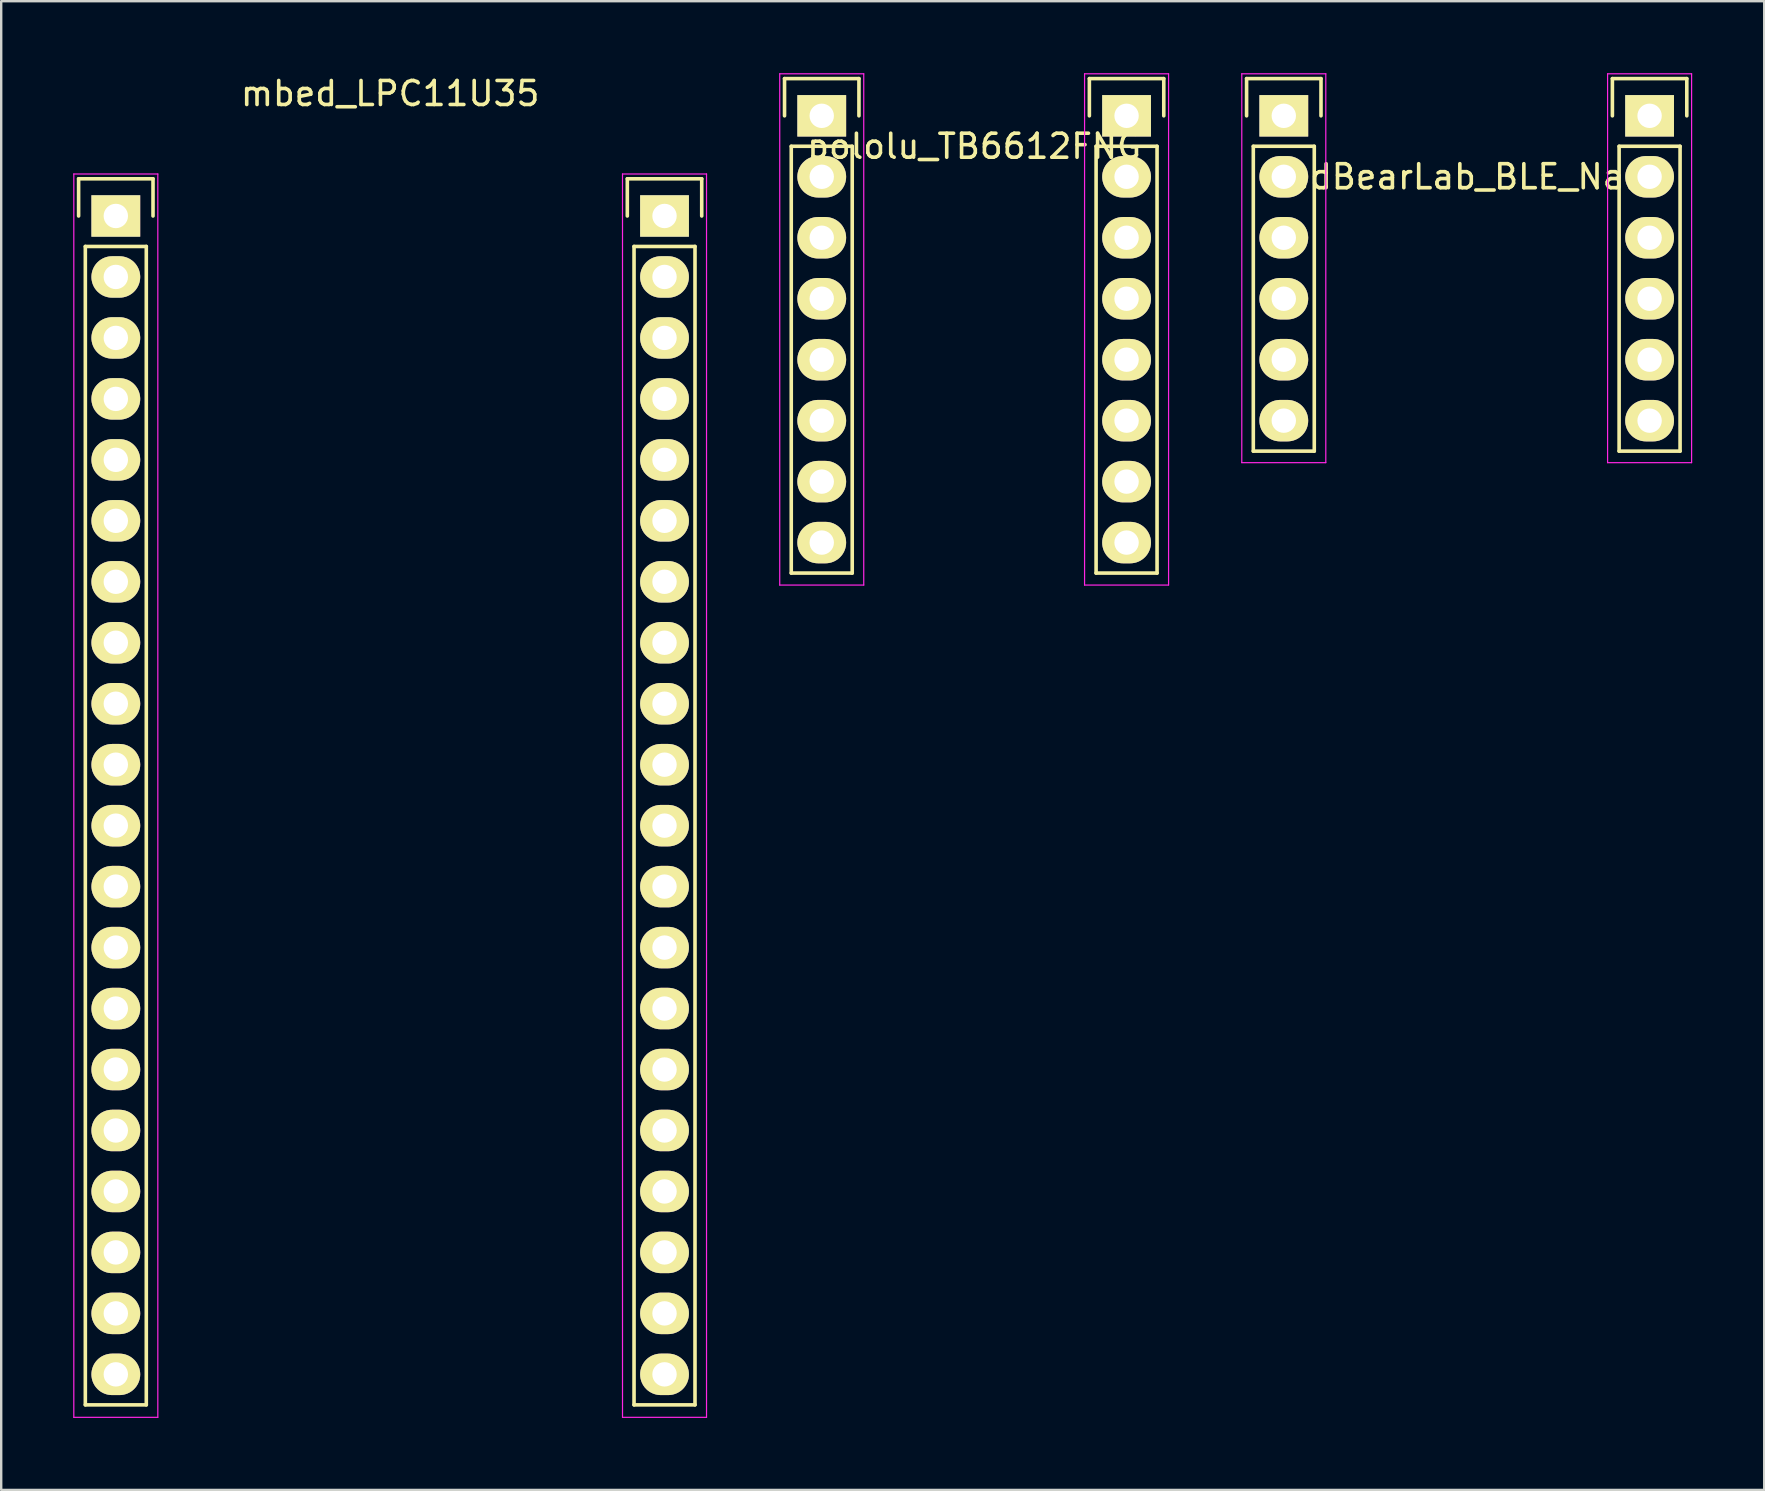
<source format=kicad_pcb>
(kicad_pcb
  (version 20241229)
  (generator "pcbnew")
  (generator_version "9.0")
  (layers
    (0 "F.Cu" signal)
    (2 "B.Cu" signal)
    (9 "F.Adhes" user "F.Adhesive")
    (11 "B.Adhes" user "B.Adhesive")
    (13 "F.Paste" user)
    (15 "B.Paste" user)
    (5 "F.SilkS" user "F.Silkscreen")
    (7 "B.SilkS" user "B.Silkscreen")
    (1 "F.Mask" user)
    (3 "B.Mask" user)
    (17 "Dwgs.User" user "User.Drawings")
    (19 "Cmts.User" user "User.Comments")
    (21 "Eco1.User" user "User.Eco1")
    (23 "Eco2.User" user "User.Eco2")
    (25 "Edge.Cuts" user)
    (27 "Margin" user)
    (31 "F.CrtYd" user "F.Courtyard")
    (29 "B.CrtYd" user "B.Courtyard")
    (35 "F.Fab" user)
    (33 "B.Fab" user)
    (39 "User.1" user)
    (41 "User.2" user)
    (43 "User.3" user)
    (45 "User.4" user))
  (footprint "RedBearLab_BLE_Nano"
    (layer "F.Cu")
    (at 58.055 1.775)
    (property "Reference" "RedBearLab_BLE_Nano" (at 0 2.54 0) (layer "F.SilkS") (effects (font (size 1 1) (thickness 0.15))))
    (attr through_hole)
    (fp_line (start -9.17 -1.55) (end -6.07 -1.55) (stroke (width 0.15) (type solid)) (layer "F.SilkS"))
    (fp_line (start -9.17 0) (end -9.17 -1.55) (stroke (width 0.15) (type solid)) (layer "F.SilkS"))
    (fp_line (start -8.89 13.97) (end -8.89 1.27) (stroke (width 0.15) (type solid)) (layer "F.SilkS"))
    (fp_line (start -6.35 1.27) (end -8.89 1.27) (stroke (width 0.15) (type solid)) (layer "F.SilkS"))
    (fp_line (start -6.35 1.27) (end -6.35 13.97) (stroke (width 0.15) (type solid)) (layer "F.SilkS"))
    (fp_line (start -6.35 13.97) (end -8.89 13.97) (stroke (width 0.15) (type solid)) (layer "F.SilkS"))
    (fp_line (start -6.07 -1.55) (end -6.07 0) (stroke (width 0.15) (type solid)) (layer "F.SilkS"))
    (fp_line (start 6.07 -1.55) (end 9.17 -1.55) (stroke (width 0.15) (type solid)) (layer "F.SilkS"))
    (fp_line (start 6.07 0) (end 6.07 -1.55) (stroke (width 0.15) (type solid)) (layer "F.SilkS"))
    (fp_line (start 6.35 13.97) (end 6.35 1.27) (stroke (width 0.15) (type solid)) (layer "F.SilkS"))
    (fp_line (start 8.89 1.27) (end 6.35 1.27) (stroke (width 0.15) (type solid)) (layer "F.SilkS"))
    (fp_line (start 8.89 1.27) (end 8.89 13.97) (stroke (width 0.15) (type solid)) (layer "F.SilkS"))
    (fp_line (start 8.89 13.97) (end 6.35 13.97) (stroke (width 0.15) (type solid)) (layer "F.SilkS"))
    (fp_line (start 9.17 -1.55) (end 9.17 0) (stroke (width 0.15) (type solid)) (layer "F.SilkS"))
    (fp_line (start -9.37 -1.75) (end -9.37 14.45) (stroke (width 0.05) (type solid)) (layer "F.CrtYd"))
    (fp_line (start -9.37 -1.75) (end -5.87 -1.75) (stroke (width 0.05) (type solid)) (layer "F.CrtYd"))
    (fp_line (start -9.37 14.45) (end -5.87 14.45) (stroke (width 0.05) (type solid)) (layer "F.CrtYd"))
    (fp_line (start -5.87 -1.75) (end -5.87 14.45) (stroke (width 0.05) (type solid)) (layer "F.CrtYd"))
    (fp_line (start 5.87 -1.75) (end 5.87 14.45) (stroke (width 0.05) (type solid)) (layer "F.CrtYd"))
    (fp_line (start 5.87 -1.75) (end 9.37 -1.75) (stroke (width 0.05) (type solid)) (layer "F.CrtYd"))
    (fp_line (start 5.87 14.45) (end 9.37 14.45) (stroke (width 0.05) (type solid)) (layer "F.CrtYd"))
    (fp_line (start 9.37 -1.75) (end 9.37 14.45) (stroke (width 0.05) (type solid)) (layer "F.CrtYd"))
    (pad "1" thru_hole rect (at -7.62 0) (size 2.032 1.727) (drill 1.016) (layers "*.Cu" "*.Mask" "F.SilkS"))
    (pad "2" thru_hole oval (at -7.62 2.54) (size 2.032 1.727) (drill 1.016) (layers "*.Cu" "*.Mask" "F.SilkS"))
    (pad "3" thru_hole oval (at -7.62 5.08) (size 2.032 1.727) (drill 1.016) (layers "*.Cu" "*.Mask" "F.SilkS"))
    (pad "4" thru_hole oval (at -7.62 7.62) (size 2.032 1.727) (drill 1.016) (layers "*.Cu" "*.Mask" "F.SilkS"))
    (pad "5" thru_hole oval (at -7.62 10.16) (size 2.032 1.727) (drill 1.016) (layers "*.Cu" "*.Mask" "F.SilkS"))
    (pad "6" thru_hole oval (at -7.62 12.7) (size 2.032 1.727) (drill 1.016) (layers "*.Cu" "*.Mask" "F.SilkS"))
    (pad "7" thru_hole rect (at 7.62 0) (size 2.032 1.727) (drill 1.016) (layers "*.Cu" "*.Mask" "F.SilkS"))
    (pad "8" thru_hole oval (at 7.62 2.54) (size 2.032 1.727) (drill 1.016) (layers "*.Cu" "*.Mask" "F.SilkS"))
    (pad "9" thru_hole oval (at 7.62 5.08) (size 2.032 1.727) (drill 1.016) (layers "*.Cu" "*.Mask" "F.SilkS"))
    (pad "10" thru_hole oval (at 7.62 7.62) (size 2.032 1.727) (drill 1.016) (layers "*.Cu" "*.Mask" "F.SilkS"))
    (pad "11" thru_hole oval (at 7.62 10.16) (size 2.032 1.727) (drill 1.016) (layers "*.Cu" "*.Mask" "F.SilkS"))
    (pad "12" thru_hole oval (at 7.62 12.7) (size 2.032 1.727) (drill 1.016) (layers "*.Cu" "*.Mask" "F.SilkS")))
  (footprint "mbed_LPC11U35"
    (layer "F.Cu")
    (at 13.205 5.948)
    (property "Reference" "mbed_LPC11U35" (at 0 -5.1 0) (layer "F.SilkS") (effects (font (size 1 1) (thickness 0.15))))
    (attr through_hole)
    (fp_line (start -12.98 -1.55) (end -9.88 -1.55) (stroke (width 0.15) (type solid)) (layer "F.SilkS"))
    (fp_line (start -12.98 0) (end -12.98 -1.55) (stroke (width 0.15) (type solid)) (layer "F.SilkS"))
    (fp_line (start -12.7 49.53) (end -12.7 1.27) (stroke (width 0.15) (type solid)) (layer "F.SilkS"))
    (fp_line (start -10.16 1.27) (end -12.7 1.27) (stroke (width 0.15) (type solid)) (layer "F.SilkS"))
    (fp_line (start -10.16 1.27) (end -10.16 49.53) (stroke (width 0.15) (type solid)) (layer "F.SilkS"))
    (fp_line (start -10.16 49.53) (end -12.7 49.53) (stroke (width 0.15) (type solid)) (layer "F.SilkS"))
    (fp_line (start -9.88 -1.55) (end -9.88 0) (stroke (width 0.15) (type solid)) (layer "F.SilkS"))
    (fp_line (start 9.88 -1.55) (end 12.98 -1.55) (stroke (width 0.15) (type solid)) (layer "F.SilkS"))
    (fp_line (start 9.88 0) (end 9.88 -1.55) (stroke (width 0.15) (type solid)) (layer "F.SilkS"))
    (fp_line (start 10.16 49.53) (end 10.16 1.27) (stroke (width 0.15) (type solid)) (layer "F.SilkS"))
    (fp_line (start 12.7 1.27) (end 10.16 1.27) (stroke (width 0.15) (type solid)) (layer "F.SilkS"))
    (fp_line (start 12.7 1.27) (end 12.7 49.53) (stroke (width 0.15) (type solid)) (layer "F.SilkS"))
    (fp_line (start 12.7 49.53) (end 10.16 49.53) (stroke (width 0.15) (type solid)) (layer "F.SilkS"))
    (fp_line (start 12.98 -1.55) (end 12.98 0) (stroke (width 0.15) (type solid)) (layer "F.SilkS"))
    (fp_line (start -13.18 -1.75) (end -13.18 50.05) (stroke (width 0.05) (type solid)) (layer "F.CrtYd"))
    (fp_line (start -13.18 -1.75) (end -9.68 -1.75) (stroke (width 0.05) (type solid)) (layer "F.CrtYd"))
    (fp_line (start -13.18 50.05) (end -9.68 50.05) (stroke (width 0.05) (type solid)) (layer "F.CrtYd"))
    (fp_line (start -9.68 -1.75) (end -9.68 50.05) (stroke (width 0.05) (type solid)) (layer "F.CrtYd"))
    (fp_line (start 9.68 -1.75) (end 9.68 50.05) (stroke (width 0.05) (type solid)) (layer "F.CrtYd"))
    (fp_line (start 9.68 -1.75) (end 13.18 -1.75) (stroke (width 0.05) (type solid)) (layer "F.CrtYd"))
    (fp_line (start 9.68 50.05) (end 13.18 50.05) (stroke (width 0.05) (type solid)) (layer "F.CrtYd"))
    (fp_line (start 13.18 -1.75) (end 13.18 50.05) (stroke (width 0.05) (type solid)) (layer "F.CrtYd"))
    (pad "1" thru_hole rect (at -11.43 0) (size 2.032 1.727) (drill 1.016) (layers "*.Cu" "*.Mask" "F.SilkS"))
    (pad "2" thru_hole oval (at -11.43 2.54) (size 2.032 1.727) (drill 1.016) (layers "*.Cu" "*.Mask" "F.SilkS"))
    (pad "3" thru_hole oval (at -11.43 5.08) (size 2.032 1.727) (drill 1.016) (layers "*.Cu" "*.Mask" "F.SilkS"))
    (pad "4" thru_hole oval (at -11.43 7.62) (size 2.032 1.727) (drill 1.016) (layers "*.Cu" "*.Mask" "F.SilkS"))
    (pad "5" thru_hole oval (at -11.43 10.16) (size 2.032 1.727) (drill 1.016) (layers "*.Cu" "*.Mask" "F.SilkS"))
    (pad "6" thru_hole oval (at -11.43 12.7) (size 2.032 1.727) (drill 1.016) (layers "*.Cu" "*.Mask" "F.SilkS"))
    (pad "7" thru_hole oval (at -11.43 15.24) (size 2.032 1.727) (drill 1.016) (layers "*.Cu" "*.Mask" "F.SilkS"))
    (pad "8" thru_hole oval (at -11.43 17.78) (size 2.032 1.727) (drill 1.016) (layers "*.Cu" "*.Mask" "F.SilkS"))
    (pad "9" thru_hole oval (at -11.43 20.32) (size 2.032 1.727) (drill 1.016) (layers "*.Cu" "*.Mask" "F.SilkS"))
    (pad "10" thru_hole oval (at -11.43 22.86) (size 2.032 1.727) (drill 1.016) (layers "*.Cu" "*.Mask" "F.SilkS"))
    (pad "11" thru_hole oval (at -11.43 25.4) (size 2.032 1.727) (drill 1.016) (layers "*.Cu" "*.Mask" "F.SilkS"))
    (pad "12" thru_hole oval (at -11.43 27.94) (size 2.032 1.727) (drill 1.016) (layers "*.Cu" "*.Mask" "F.SilkS"))
    (pad "13" thru_hole oval (at -11.43 30.48) (size 2.032 1.727) (drill 1.016) (layers "*.Cu" "*.Mask" "F.SilkS"))
    (pad "14" thru_hole oval (at -11.43 33.02) (size 2.032 1.727) (drill 1.016) (layers "*.Cu" "*.Mask" "F.SilkS"))
    (pad "15" thru_hole oval (at -11.43 35.56) (size 2.032 1.727) (drill 1.016) (layers "*.Cu" "*.Mask" "F.SilkS"))
    (pad "16" thru_hole oval (at -11.43 38.1) (size 2.032 1.727) (drill 1.016) (layers "*.Cu" "*.Mask" "F.SilkS"))
    (pad "17" thru_hole oval (at -11.43 40.64) (size 2.032 1.727) (drill 1.016) (layers "*.Cu" "*.Mask" "F.SilkS"))
    (pad "18" thru_hole oval (at -11.43 43.18) (size 2.032 1.727) (drill 1.016) (layers "*.Cu" "*.Mask" "F.SilkS"))
    (pad "19" thru_hole oval (at -11.43 45.72) (size 2.032 1.727) (drill 1.016) (layers "*.Cu" "*.Mask" "F.SilkS"))
    (pad "20" thru_hole oval (at -11.43 48.26) (size 2.032 1.727) (drill 1.016) (layers "*.Cu" "*.Mask" "F.SilkS"))
    (pad "21" thru_hole oval (at 11.43 48.26) (size 2.032 1.727) (drill 1.016) (layers "*.Cu" "*.Mask" "F.SilkS"))
    (pad "22" thru_hole oval (at 11.43 45.72) (size 2.032 1.727) (drill 1.016) (layers "*.Cu" "*.Mask" "F.SilkS"))
    (pad "23" thru_hole oval (at 11.43 43.18) (size 2.032 1.727) (drill 1.016) (layers "*.Cu" "*.Mask" "F.SilkS"))
    (pad "24" thru_hole oval (at 11.43 40.64) (size 2.032 1.727) (drill 1.016) (layers "*.Cu" "*.Mask" "F.SilkS"))
    (pad "25" thru_hole oval (at 11.43 38.1) (size 2.032 1.727) (drill 1.016) (layers "*.Cu" "*.Mask" "F.SilkS"))
    (pad "26" thru_hole oval (at 11.43 35.56) (size 2.032 1.727) (drill 1.016) (layers "*.Cu" "*.Mask" "F.SilkS"))
    (pad "27" thru_hole oval (at 11.43 33.02) (size 2.032 1.727) (drill 1.016) (layers "*.Cu" "*.Mask" "F.SilkS"))
    (pad "28" thru_hole oval (at 11.43 30.48) (size 2.032 1.727) (drill 1.016) (layers "*.Cu" "*.Mask" "F.SilkS"))
    (pad "29" thru_hole oval (at 11.43 27.94) (size 2.032 1.727) (drill 1.016) (layers "*.Cu" "*.Mask" "F.SilkS"))
    (pad "30" thru_hole oval (at 11.43 25.4) (size 2.032 1.727) (drill 1.016) (layers "*.Cu" "*.Mask" "F.SilkS"))
    (pad "31" thru_hole oval (at 11.43 22.86) (size 2.032 1.727) (drill 1.016) (layers "*.Cu" "*.Mask" "F.SilkS"))
    (pad "32" thru_hole oval (at 11.43 20.32) (size 2.032 1.727) (drill 1.016) (layers "*.Cu" "*.Mask" "F.SilkS"))
    (pad "33" thru_hole oval (at 11.43 17.78) (size 2.032 1.727) (drill 1.016) (layers "*.Cu" "*.Mask" "F.SilkS"))
    (pad "34" thru_hole oval (at 11.43 15.24) (size 2.032 1.727) (drill 1.016) (layers "*.Cu" "*.Mask" "F.SilkS"))
    (pad "35" thru_hole oval (at 11.43 12.7) (size 2.032 1.727) (drill 1.016) (layers "*.Cu" "*.Mask" "F.SilkS"))
    (pad "36" thru_hole oval (at 11.43 10.16) (size 2.032 1.727) (drill 1.016) (layers "*.Cu" "*.Mask" "F.SilkS"))
    (pad "37" thru_hole oval (at 11.43 7.62) (size 2.032 1.727) (drill 1.016) (layers "*.Cu" "*.Mask" "F.SilkS"))
    (pad "38" thru_hole oval (at 11.43 5.08) (size 2.032 1.727) (drill 1.016) (layers "*.Cu" "*.Mask" "F.SilkS"))
    (pad "39" thru_hole oval (at 11.43 2.54) (size 2.032 1.727) (drill 1.016) (layers "*.Cu" "*.Mask" "F.SilkS"))
    (pad "40" thru_hole rect (at 11.43 0) (size 2.032 1.727) (drill 1.016) (layers "*.Cu" "*.Mask" "F.SilkS")))
  (footprint "pololu_TB6612FNG"
    (layer "F.Cu")
    (at 37.535 1.775)
    (property "Reference" "pololu_TB6612FNG" (at 0 1.27 0) (layer "F.SilkS") (effects (font (size 1 1) (thickness 0.15))))
    (attr through_hole)
    (fp_line (start -7.9 -1.55) (end -4.8 -1.55) (stroke (width 0.15) (type solid)) (layer "F.SilkS"))
    (fp_line (start -7.9 0) (end -7.9 -1.55) (stroke (width 0.15) (type solid)) (layer "F.SilkS"))
    (fp_line (start -7.62 19.05) (end -7.62 1.27) (stroke (width 0.15) (type solid)) (layer "F.SilkS"))
    (fp_line (start -5.08 1.27) (end -7.62 1.27) (stroke (width 0.15) (type solid)) (layer "F.SilkS"))
    (fp_line (start -5.08 1.27) (end -5.08 19.05) (stroke (width 0.15) (type solid)) (layer "F.SilkS"))
    (fp_line (start -5.08 19.05) (end -7.62 19.05) (stroke (width 0.15) (type solid)) (layer "F.SilkS"))
    (fp_line (start -4.8 -1.55) (end -4.8 0) (stroke (width 0.15) (type solid)) (layer "F.SilkS"))
    (fp_line (start 4.8 -1.55) (end 7.9 -1.55) (stroke (width 0.15) (type solid)) (layer "F.SilkS"))
    (fp_line (start 4.8 0) (end 4.8 -1.55) (stroke (width 0.15) (type solid)) (layer "F.SilkS"))
    (fp_line (start 5.08 19.05) (end 5.08 1.27) (stroke (width 0.15) (type solid)) (layer "F.SilkS"))
    (fp_line (start 7.62 1.27) (end 5.08 1.27) (stroke (width 0.15) (type solid)) (layer "F.SilkS"))
    (fp_line (start 7.62 1.27) (end 7.62 19.05) (stroke (width 0.15) (type solid)) (layer "F.SilkS"))
    (fp_line (start 7.62 19.05) (end 5.08 19.05) (stroke (width 0.15) (type solid)) (layer "F.SilkS"))
    (fp_line (start 7.9 -1.55) (end 7.9 0) (stroke (width 0.15) (type solid)) (layer "F.SilkS"))
    (fp_line (start -8.1 -1.75) (end -8.1 19.55) (stroke (width 0.05) (type solid)) (layer "F.CrtYd"))
    (fp_line (start -8.1 -1.75) (end -4.6 -1.75) (stroke (width 0.05) (type solid)) (layer "F.CrtYd"))
    (fp_line (start -8.1 19.55) (end -4.6 19.55) (stroke (width 0.05) (type solid)) (layer "F.CrtYd"))
    (fp_line (start -4.6 -1.75) (end -4.6 19.55) (stroke (width 0.05) (type solid)) (layer "F.CrtYd"))
    (fp_line (start 4.6 -1.75) (end 4.6 19.55) (stroke (width 0.05) (type solid)) (layer "F.CrtYd"))
    (fp_line (start 4.6 -1.75) (end 8.1 -1.75) (stroke (width 0.05) (type solid)) (layer "F.CrtYd"))
    (fp_line (start 4.6 19.55) (end 8.1 19.55) (stroke (width 0.05) (type solid)) (layer "F.CrtYd"))
    (fp_line (start 8.1 -1.75) (end 8.1 19.55) (stroke (width 0.05) (type solid)) (layer "F.CrtYd"))
    (pad "1" thru_hole rect (at -6.35 0) (size 2.032 1.727) (drill 1.016) (layers "*.Cu" "*.Mask" "F.SilkS"))
    (pad "2" thru_hole oval (at -6.35 2.54) (size 2.032 1.727) (drill 1.016) (layers "*.Cu" "*.Mask" "F.SilkS"))
    (pad "3" thru_hole oval (at -6.35 5.08) (size 2.032 1.727) (drill 1.016) (layers "*.Cu" "*.Mask" "F.SilkS"))
    (pad "4" thru_hole oval (at -6.35 7.62) (size 2.032 1.727) (drill 1.016) (layers "*.Cu" "*.Mask" "F.SilkS"))
    (pad "5" thru_hole oval (at -6.35 10.16) (size 2.032 1.727) (drill 1.016) (layers "*.Cu" "*.Mask" "F.SilkS"))
    (pad "6" thru_hole oval (at -6.35 12.7) (size 2.032 1.727) (drill 1.016) (layers "*.Cu" "*.Mask" "F.SilkS"))
    (pad "7" thru_hole oval (at -6.35 15.24) (size 2.032 1.727) (drill 1.016) (layers "*.Cu" "*.Mask" "F.SilkS"))
    (pad "8" thru_hole oval (at -6.35 17.78) (size 2.032 1.727) (drill 1.016) (layers "*.Cu" "*.Mask" "F.SilkS"))
    (pad "9" thru_hole rect (at 6.35 0) (size 2.032 1.727) (drill 1.016) (layers "*.Cu" "*.Mask" "F.SilkS"))
    (pad "10" thru_hole oval (at 6.35 2.54) (size 2.032 1.727) (drill 1.016) (layers "*.Cu" "*.Mask" "F.SilkS"))
    (pad "11" thru_hole oval (at 6.35 5.08) (size 2.032 1.727) (drill 1.016) (layers "*.Cu" "*.Mask" "F.SilkS"))
    (pad "12" thru_hole oval (at 6.35 7.62) (size 2.032 1.727) (drill 1.016) (layers "*.Cu" "*.Mask" "F.SilkS"))
    (pad "13" thru_hole oval (at 6.35 10.16) (size 2.032 1.727) (drill 1.016) (layers "*.Cu" "*.Mask" "F.SilkS"))
    (pad "14" thru_hole oval (at 6.35 12.7) (size 2.032 1.727) (drill 1.016) (layers "*.Cu" "*.Mask" "F.SilkS"))
    (pad "15" thru_hole oval (at 6.35 15.24) (size 2.032 1.727) (drill 1.016) (layers "*.Cu" "*.Mask" "F.SilkS"))
    (pad "16" thru_hole oval (at 6.35 17.78) (size 2.032 1.727) (drill 1.016) (layers "*.Cu" "*.Mask" "F.SilkS")))
  (gr_rect
    (start -3 -3)
    (end 70.45 59.023)
    (stroke (width 0.1) (type default))
    (fill no)
    (layer "Edge.Cuts")))
</source>
